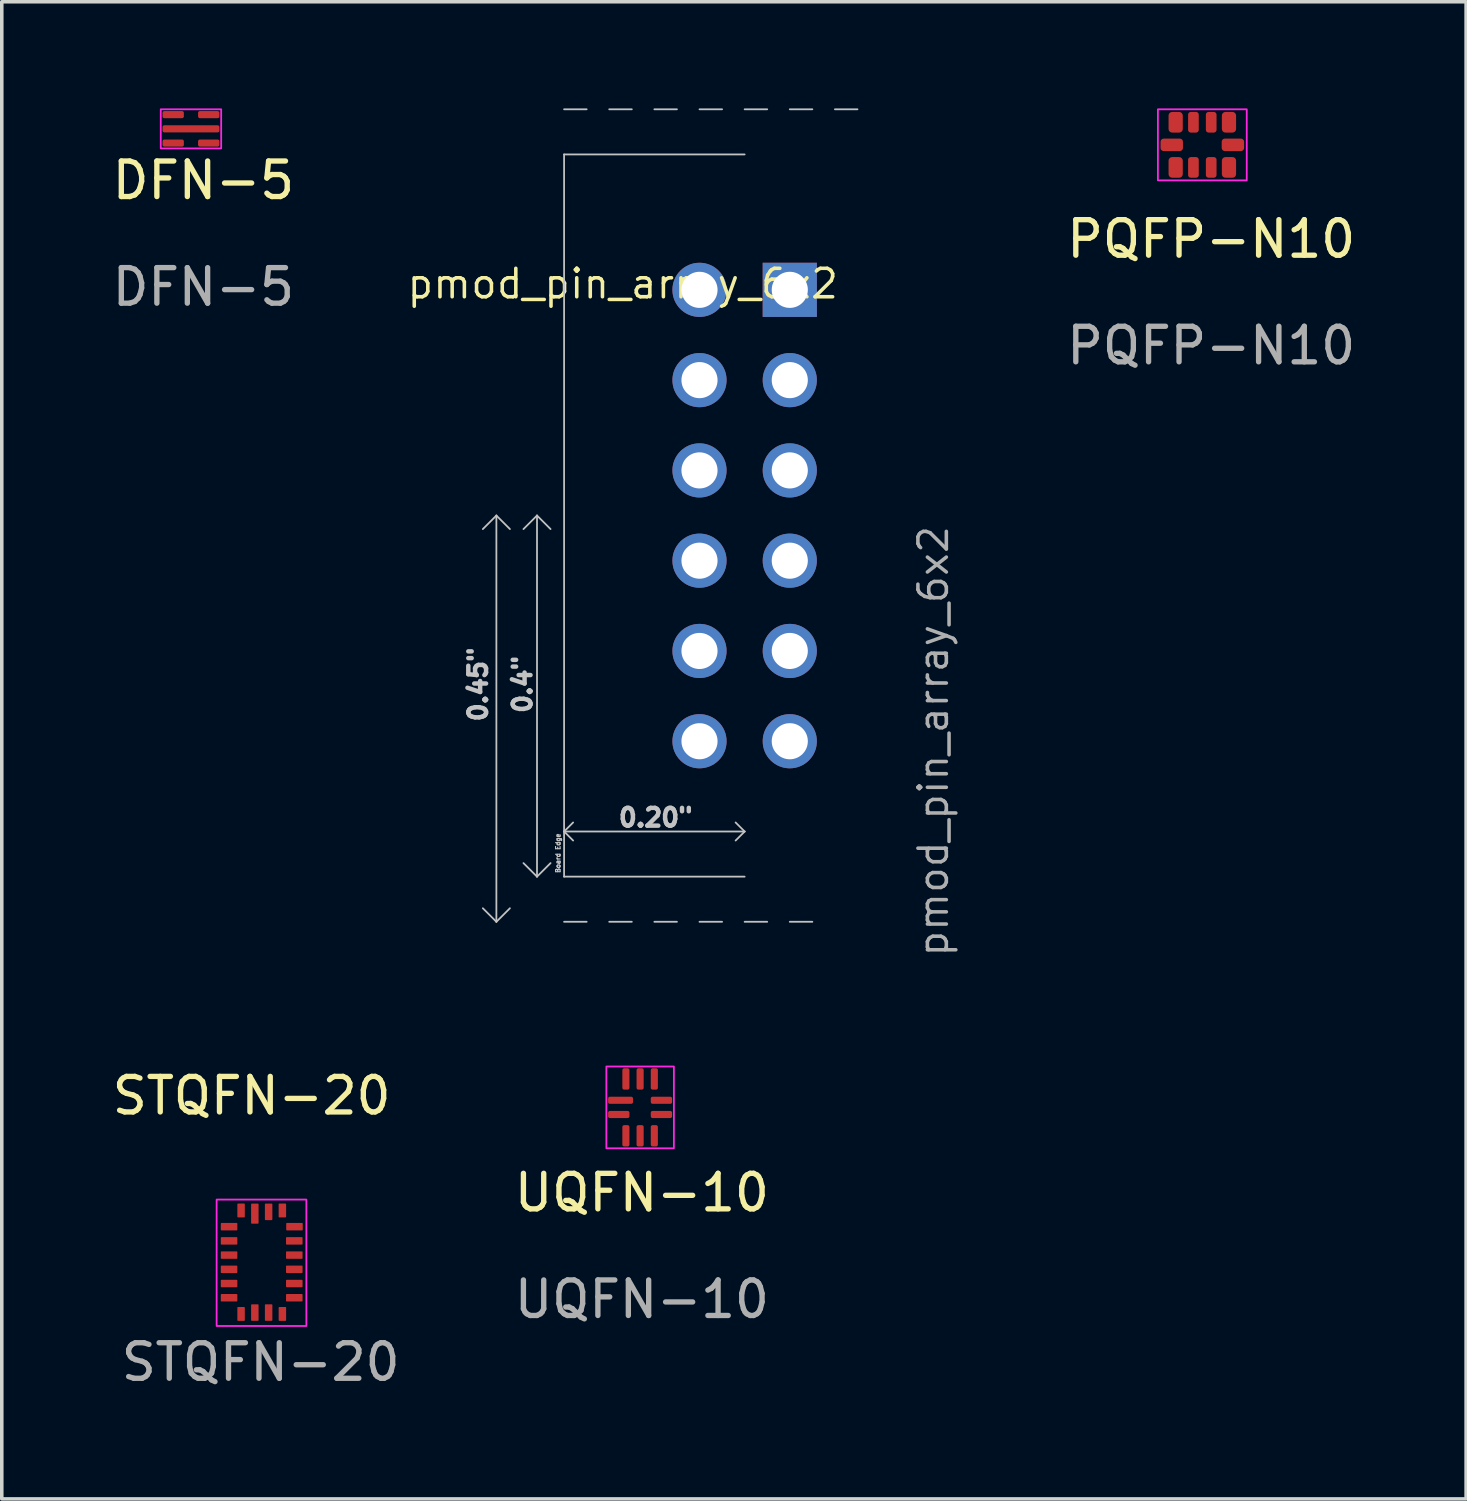
<source format=kicad_pcb>
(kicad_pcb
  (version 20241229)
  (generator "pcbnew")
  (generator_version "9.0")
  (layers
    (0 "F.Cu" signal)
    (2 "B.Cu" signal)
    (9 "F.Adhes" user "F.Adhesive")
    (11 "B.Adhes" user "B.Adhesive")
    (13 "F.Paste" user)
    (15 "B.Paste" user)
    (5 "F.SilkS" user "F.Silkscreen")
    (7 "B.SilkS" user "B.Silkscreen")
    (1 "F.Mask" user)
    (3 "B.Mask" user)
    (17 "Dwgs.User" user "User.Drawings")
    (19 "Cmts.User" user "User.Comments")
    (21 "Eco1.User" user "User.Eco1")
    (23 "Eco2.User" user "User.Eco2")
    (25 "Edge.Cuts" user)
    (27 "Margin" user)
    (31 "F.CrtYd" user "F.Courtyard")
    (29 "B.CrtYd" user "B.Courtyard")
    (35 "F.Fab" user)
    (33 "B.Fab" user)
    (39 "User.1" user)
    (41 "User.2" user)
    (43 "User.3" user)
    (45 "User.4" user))
  (footprint "DFN-5"
    (layer "F.Cu")
    (at 2.323 0.575)
    (property "Reference" "DFN-5" (at 0.35 1.45 0) (unlocked yes) (layer "F.SilkS") (effects (font (size 1 1) (thickness 0.15))))
    (attr smd)
    (fp_rect (start -0.85 -0.55) (end 0.85 0.55) (stroke (width 0.05) (type solid)) (fill no) (layer "F.CrtYd"))
    (fp_text user "${REFERENCE}" (at 0.35 4.45 0) (unlocked yes) (layer "F.Fab") (effects (font (size 1 1) (thickness 0.15))))
    (pad "1" smd roundrect (at -0.5 -0.4) (size 0.6 0.2) (layers "F.Cu" "F.Mask" "F.Paste") (roundrect_rratio 0.25))
    (pad "2" smd roundrect (at 0 0) (size 1.6 0.2) (layers "F.Cu" "F.Mask" "F.Paste") (roundrect_rratio 0.25))
    (pad "3" smd roundrect (at -0.5 0.4) (size 0.6 0.2) (layers "F.Cu" "F.Mask" "F.Paste") (roundrect_rratio 0.25))
    (pad "4" smd roundrect (at 0.5 0.4) (size 0.6 0.2) (layers "F.Cu" "F.Mask" "F.Paste") (roundrect_rratio 0.25))
    (pad "5" smd roundrect (at 0.5 -0.4) (size 0.6 0.2) (layers "F.Cu" "F.Mask" "F.Paste") (roundrect_rratio 0.25)))
  (footprint "UQFN-10"
    (layer "F.Cu")
    (at 14.96 28.107)
    (property "Reference" "UQFN-10" (at 0.05 2.4 0) (unlocked yes) (layer "F.SilkS") (effects (font (size 1 1) (thickness 0.15))))
    (attr smd)
    (fp_rect (start -0.95 -1.15) (end 0.95 1.15) (stroke (width 0.05) (type solid)) (fill no) (layer "F.CrtYd"))
    (fp_text user "${REFERENCE}" (at 0.05 5.4 0) (unlocked yes) (layer "F.Fab") (effects (font (size 1 1) (thickness 0.15))))
    (pad "1" smd roundrect (at -0.55 -0.2) (size 0.7 0.2) (layers "F.Cu" "F.Mask" "F.Paste") (roundrect_rratio 0.25))
    (pad "2" smd roundrect (at -0.6 0.2) (size 0.6 0.2) (layers "F.Cu" "F.Mask" "F.Paste") (roundrect_rratio 0.25))
    (pad "3" smd roundrect (at -0.4 0.8) (size 0.2 0.6) (layers "F.Cu" "F.Mask" "F.Paste") (roundrect_rratio 0.25))
    (pad "4" smd roundrect (at 0 0.8) (size 0.2 0.6) (layers "F.Cu" "F.Mask" "F.Paste") (roundrect_rratio 0.25))
    (pad "5" smd roundrect (at 0.4 0.8) (size 0.2 0.6) (layers "F.Cu" "F.Mask" "F.Paste") (roundrect_rratio 0.25))
    (pad "6" smd roundrect (at 0.6 0.2) (size 0.6 0.2) (layers "F.Cu" "F.Mask" "F.Paste") (roundrect_rratio 0.25))
    (pad "7" smd roundrect (at 0.6 -0.2) (size 0.6 0.2) (layers "F.Cu" "F.Mask" "F.Paste") (roundrect_rratio 0.25))
    (pad "8" smd roundrect (at 0.4 -0.8) (size 0.2 0.6) (layers "F.Cu" "F.Mask" "F.Paste") (roundrect_rratio 0.25))
    (pad "9" smd roundrect (at 0 -0.8) (size 0.2 0.6) (layers "F.Cu" "F.Mask" "F.Paste") (roundrect_rratio 0.25))
    (pad "10" smd roundrect (at -0.4 -0.8) (size 0.2 0.6) (layers "F.Cu" "F.Mask" "F.Paste") (roundrect_rratio 0.25)))
  (footprint "STQFN-20"
    (layer "F.Cu")
    (at 3.395 31.463)
    (property "Reference" "STQFN-20" (at 0.635 -3.683 0) (unlocked yes) (layer "F.SilkS") (effects (font (size 1 1) (thickness 0.15))))
    (attr smd)
    (fp_rect (start -0.35 -0.762) (end 2.175 2.794) (stroke (width 0.05) (type solid)) (fill no) (layer "F.CrtYd"))
    (fp_text user "${REFERENCE}" (at 0.889 3.81 0) (unlocked yes) (layer "F.Fab") (effects (font (size 1 1) (thickness 0.15))))
    (pad "1" smd roundrect (at 0 0) (size 0.465 0.21) (layers "F.Cu" "F.Mask" "F.Paste") (roundrect_rratio 0.1))
    (pad "2" smd roundrect (at 0 0.4) (size 0.465 0.21) (layers "F.Cu" "F.Mask" "F.Paste") (roundrect_rratio 0.1))
    (pad "3" smd roundrect (at 0 0.8) (size 0.465 0.21) (layers "F.Cu" "F.Mask" "F.Paste") (roundrect_rratio 0.1))
    (pad "4" smd roundrect (at 0 1.2) (size 0.465 0.21) (layers "F.Cu" "F.Mask" "F.Paste") (roundrect_rratio 0.1))
    (pad "5" smd roundrect (at 0 1.6) (size 0.465 0.21) (layers "F.Cu" "F.Mask" "F.Paste") (roundrect_rratio 0.1))
    (pad "6" smd roundrect (at 0 2) (size 0.465 0.21) (layers "F.Cu" "F.Mask" "F.Paste") (roundrect_rratio 0.1))
    (pad "7" smd roundrect (at 0.338 2.455) (size 0.21 0.39) (layers "F.Cu" "F.Mask" "F.Paste") (roundrect_rratio 0.1))
    (pad "8" smd roundrect (at 0.725 2.417) (size 0.21 0.465) (layers "F.Cu" "F.Mask" "F.Paste") (roundrect_rratio 0.1))
    (pad "9" smd roundrect (at 1.113 2.417) (size 0.21 0.465) (layers "F.Cu" "F.Mask" "F.Paste") (roundrect_rratio 0.1))
    (pad "10" smd roundrect (at 1.5 2.455) (size 0.21 0.39) (layers "F.Cu" "F.Mask" "F.Paste") (roundrect_rratio 0.1))
    (pad "11" smd roundrect (at 1.835 2) (size 0.465 0.21) (layers "F.Cu" "F.Mask" "F.Paste") (roundrect_rratio 0.1))
    (pad "12" smd roundrect (at 1.835 1.6) (size 0.465 0.21) (layers "F.Cu" "F.Mask" "F.Paste") (roundrect_rratio 0.1))
    (pad "13" smd roundrect (at 1.835 1.2) (size 0.465 0.21) (layers "F.Cu" "F.Mask" "F.Paste") (roundrect_rratio 0.1))
    (pad "14" smd roundrect (at 1.835 0.8) (size 0.465 0.21) (layers "F.Cu" "F.Mask" "F.Paste") (roundrect_rratio 0.1))
    (pad "15" smd roundrect (at 1.835 0.4) (size 0.465 0.21) (layers "F.Cu" "F.Mask" "F.Paste") (roundrect_rratio 0.1))
    (pad "16" smd roundrect (at 1.84 0) (size 0.465 0.21) (layers "F.Cu" "F.Mask" "F.Paste") (roundrect_rratio 0.1))
    (pad "17" smd roundrect (at 1.5 -0.455) (size 0.21 0.39) (layers "F.Cu" "F.Mask" "F.Paste") (roundrect_rratio 0.1))
    (pad "18" smd roundrect (at 1.113 -0.417) (size 0.21 0.465) (layers "F.Cu" "F.Mask" "F.Paste") (roundrect_rratio 0.1))
    (pad "19" smd roundrect (at 0.725 -0.367) (size 0.21 0.565) (layers "F.Cu" "F.Mask" "F.Paste") (roundrect_rratio 0.1))
    (pad "20" smd roundrect (at 0.338 -0.455) (size 0.21 0.39) (layers "F.Cu" "F.Mask" "F.Paste") (roundrect_rratio 0.1)))
  (footprint "PQFP-N10"
    (layer "F.Cu")
    (at 30.778 1.025)
    (property "Reference" "PQFP-N10" (at 0.25 2.65 0) (unlocked yes) (layer "F.SilkS") (effects (font (size 1 1) (thickness 0.15))))
    (attr smd)
    (fp_rect (start -1.25 -1) (end 1.25 1) (stroke (width 0.05) (type solid)) (fill no) (layer "F.CrtYd"))
    (fp_text user "${REFERENCE}" (at 0.25 5.65 0) (unlocked yes) (layer "F.Fab") (effects (font (size 1 1) (thickness 0.15))))
    (pad "1" smd roundrect (at -0.75 0.635) (size 0.4 0.58) (layers "F.Cu" "F.Mask" "F.Paste") (roundrect_rratio 0.25))
    (pad "2" smd roundrect (at -0.25 0.635) (size 0.3 0.58) (layers "F.Cu" "F.Mask" "F.Paste") (roundrect_rratio 0.25))
    (pad "3" smd roundrect (at 0.25 0.635) (size 0.3 0.58) (layers "F.Cu" "F.Mask" "F.Paste") (roundrect_rratio 0.25))
    (pad "4" smd roundrect (at 0.75 0.635) (size 0.4 0.58) (layers "F.Cu" "F.Mask" "F.Paste") (roundrect_rratio 0.25))
    (pad "5" smd roundrect (at 0.86 0) (size 0.63 0.35) (layers "F.Cu" "F.Mask" "F.Paste") (roundrect_rratio 0.25))
    (pad "6" smd roundrect (at 0.75 -0.635) (size 0.4 0.58) (layers "F.Cu" "F.Mask" "F.Paste") (roundrect_rratio 0.25))
    (pad "7" smd roundrect (at 0.25 -0.635) (size 0.3 0.58) (layers "F.Cu" "F.Mask" "F.Paste") (roundrect_rratio 0.25))
    (pad "8" smd roundrect (at -0.25 -0.635) (size 0.3 0.58) (layers "F.Cu" "F.Mask" "F.Paste") (roundrect_rratio 0.25))
    (pad "9" smd roundrect (at -0.75 -0.635) (size 0.4 0.58) (layers "F.Cu" "F.Mask" "F.Paste") (roundrect_rratio 0.25))
    (pad "10" smd roundrect (at -0.86 0) (size 0.63 0.35) (layers "F.Cu" "F.Mask" "F.Paste") (roundrect_rratio 0.25)))
  (footprint "pmod_pin_array_6x2"
    (layer "F.Cu")
    (at 17.901 11.455)
    (property "Reference" "pmod_pin_array_6x2" (at -3.429 -6.521 0) (layer "F.SilkS") (effects (font (size 0.8 0.8) (thickness 0.1))))
    (attr through_hole)
    (fp_line (start -6.985 0) (end -7.366 0.381) (stroke (width 0.05) (type solid)) (layer "Dwgs.User"))
    (fp_line (start -6.985 0) (end -6.985 11.43) (stroke (width 0.05) (type solid)) (layer "Dwgs.User"))
    (fp_line (start -6.985 11.43) (end -7.366 11.049) (stroke (width 0.05) (type solid)) (layer "Dwgs.User"))
    (fp_line (start -6.985 11.43) (end -6.604 11.049) (stroke (width 0.05) (type solid)) (layer "Dwgs.User"))
    (fp_line (start -6.604 0.381) (end -6.985 0) (stroke (width 0.05) (type solid)) (layer "Dwgs.User"))
    (fp_line (start -5.842 0) (end -6.223 0.381) (stroke (width 0.05) (type solid)) (layer "Dwgs.User"))
    (fp_line (start -5.842 0) (end -5.842 10.16) (stroke (width 0.05) (type solid)) (layer "Dwgs.User"))
    (fp_line (start -5.842 0) (end -5.461 0.381) (stroke (width 0.05) (type solid)) (layer "Dwgs.User"))
    (fp_line (start -5.842 10.16) (end -6.223 9.779) (stroke (width 0.05) (type solid)) (layer "Dwgs.User"))
    (fp_line (start -5.842 10.16) (end -5.461 9.779) (stroke (width 0.05) (type solid)) (layer "Dwgs.User"))
    (fp_line (start -5.08 -11.43) (end -4.445 -11.43) (stroke (width 0.05) (type solid)) (layer "Dwgs.User"))
    (fp_line (start -5.08 8.89) (end -4.826 8.636) (stroke (width 0.05) (type solid)) (layer "Dwgs.User"))
    (fp_line (start -5.08 8.89) (end -4.826 9.144) (stroke (width 0.05) (type solid)) (layer "Dwgs.User"))
    (fp_line (start -5.08 10.16) (end -5.08 -10.16) (stroke (width 0.05) (type solid)) (layer "Dwgs.User"))
    (fp_line (start -5.08 11.43) (end -4.445 11.43) (stroke (width 0.05) (type solid)) (layer "Dwgs.User"))
    (fp_line (start -3.81 -11.43) (end -3.175 -11.43) (stroke (width 0.05) (type solid)) (layer "Dwgs.User"))
    (fp_line (start -3.81 11.43) (end -3.175 11.43) (stroke (width 0.05) (type solid)) (layer "Dwgs.User"))
    (fp_line (start -2.54 -11.43) (end -1.905 -11.43) (stroke (width 0.05) (type solid)) (layer "Dwgs.User"))
    (fp_line (start -2.54 11.43) (end -1.905 11.43) (stroke (width 0.05) (type solid)) (layer "Dwgs.User"))
    (fp_line (start -1.27 -11.43) (end -0.635 -11.43) (stroke (width 0.05) (type solid)) (layer "Dwgs.User"))
    (fp_line (start -1.27 11.43) (end -0.635 11.43) (stroke (width 0.05) (type solid)) (layer "Dwgs.User"))
    (fp_line (start -0.254 8.636) (end 0 8.89) (stroke (width 0.05) (type solid)) (layer "Dwgs.User"))
    (fp_line (start 0 -11.43) (end 0.635 -11.43) (stroke (width 0.05) (type solid)) (layer "Dwgs.User"))
    (fp_line (start 0 -10.16) (end -5.08 -10.16) (stroke (width 0.05) (type solid)) (layer "Dwgs.User"))
    (fp_line (start 0 8.89) (end -5.08 8.89) (stroke (width 0.05) (type solid)) (layer "Dwgs.User"))
    (fp_line (start 0 8.89) (end -0.254 9.144) (stroke (width 0.05) (type solid)) (layer "Dwgs.User"))
    (fp_line (start 0 10.16) (end -5.08 10.16) (stroke (width 0.05) (type solid)) (layer "Dwgs.User"))
    (fp_line (start 0 11.43) (end 0.635 11.43) (stroke (width 0.05) (type solid)) (layer "Dwgs.User"))
    (fp_line (start 1.27 -11.43) (end 1.905 -11.43) (stroke (width 0.05) (type solid)) (layer "Dwgs.User"))
    (fp_line (start 1.27 11.43) (end 1.905 11.43) (stroke (width 0.05) (type solid)) (layer "Dwgs.User"))
    (fp_line (start 2.54 -11.43) (end 3.175 -11.43) (stroke (width 0.05) (type solid)) (layer "Dwgs.User"))
    (fp_text user "0.4\"" (at -6.25 4.75 90) (layer "Dwgs.User") (effects (font (size 0.5 0.5) (thickness 0.125))))
    (fp_text user "Board Edge" (at -5.25 9.5 90) (layer "Dwgs.User") (effects (font (size 0.127 0.127) (thickness 0.032))))
    (fp_text user "0.45\"" (at -7.5 4.75 90) (layer "Dwgs.User") (effects (font (size 0.5 0.5) (thickness 0.125))))
    (fp_text user "0.20\"" (at -2.5 8.5 180) (layer "Dwgs.User") (effects (font (size 0.5 0.5) (thickness 0.125))))
    (fp_text user "${REFERENCE}" (at 5.31 6.35 90) (layer "F.Fab") (effects (font (size 0.8 0.8) (thickness 0.1))))
    (pad "1" thru_hole rect (at 1.27 -6.35) (size 1.524 1.524) (drill 1.016) (layers "*.Cu" "*.Mask"))
    (pad "2" thru_hole circle (at 1.27 -3.81 270) (size 1.524 1.524) (drill 1.016) (layers "*.Cu" "*.Mask"))
    (pad "3" thru_hole circle (at 1.27 -1.27 270) (size 1.524 1.524) (drill 1.016) (layers "*.Cu" "*.Mask"))
    (pad "4" thru_hole circle (at 1.27 1.27 270) (size 1.524 1.524) (drill 1.016) (layers "*.Cu" "*.Mask"))
    (pad "5" thru_hole circle (at 1.27 3.81 270) (size 1.524 1.524) (drill 1.016) (layers "*.Cu" "*.Mask"))
    (pad "6" thru_hole circle (at 1.27 6.35 270) (size 1.524 1.524) (drill 1.016) (layers "*.Cu" "*.Mask"))
    (pad "7" thru_hole circle (at -1.27 -6.35 270) (size 1.524 1.524) (drill 1.016) (layers "*.Cu" "*.Mask"))
    (pad "8" thru_hole circle (at -1.27 -3.81 270) (size 1.524 1.524) (drill 1.016) (layers "*.Cu" "*.Mask"))
    (pad "9" thru_hole circle (at -1.27 -1.27 270) (size 1.524 1.524) (drill 1.016) (layers "*.Cu" "*.Mask"))
    (pad "10" thru_hole circle (at -1.27 1.27 270) (size 1.524 1.524) (drill 1.016) (layers "*.Cu" "*.Mask"))
    (pad "11" thru_hole circle (at -1.27 3.81 270) (size 1.524 1.524) (drill 1.016) (layers "*.Cu" "*.Mask"))
    (pad "12" thru_hole circle (at -1.27 6.35 270) (size 1.524 1.524) (drill 1.016) (layers "*.Cu" "*.Mask")))
  (gr_rect
    (start -3 -3)
    (end 38.2 39.122)
    (stroke (width 0.1) (type default))
    (fill no)
    (layer "Edge.Cuts")))
</source>
